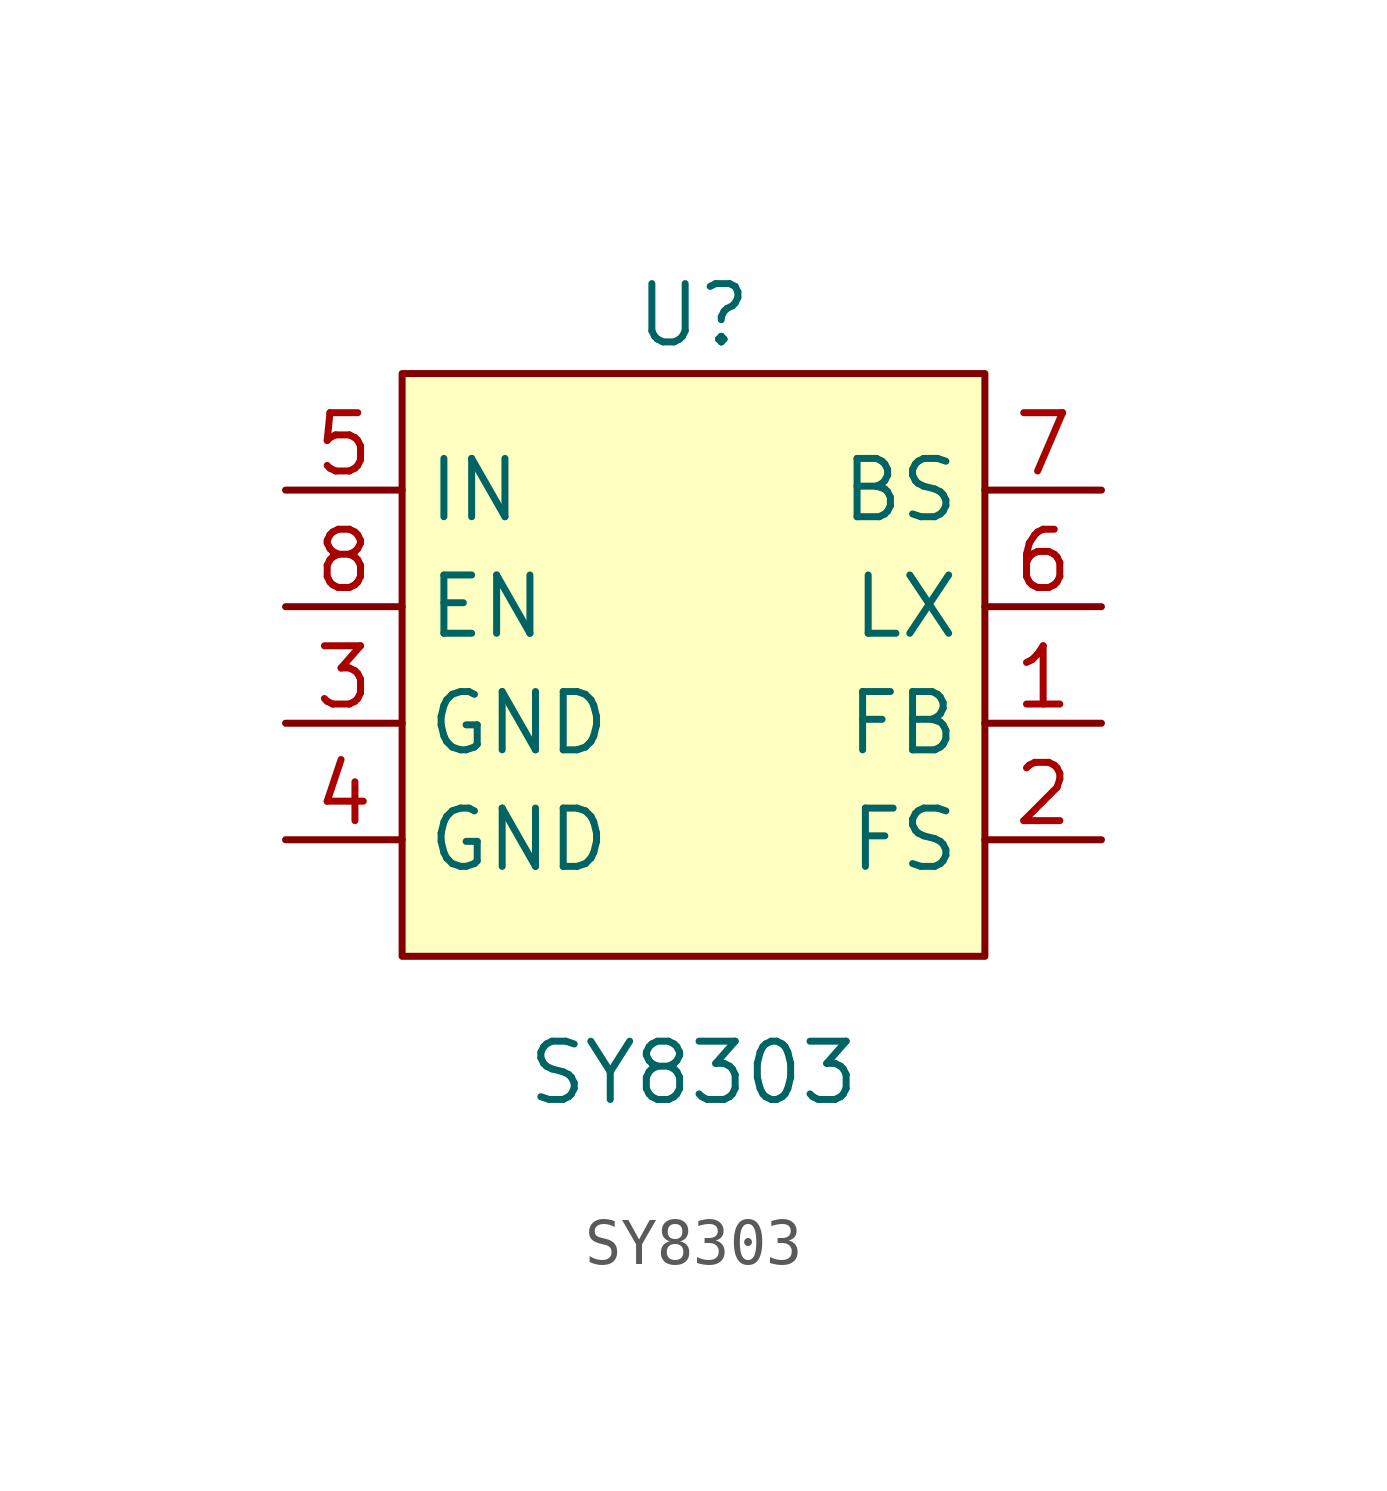
<source format=kicad_sym>
(kicad_symbol_lib
  (version 20220914)
  (generator kicad_symbol_editor)
  (symbol "SY8303"
    (property "Reference" "U"
      (at 0 8.89 0)
      (effects (font (size 1.27 1.27))))
    (property "Value" "SY8303"
      (at 0 -7.62 0)
      (effects (font (size 1.27 1.27))))
    (symbol "SY8303_1_1"
      (rectangle (start -6.35 7.62) (end 6.35 -5.08) (stroke (width 0) (type default)) (fill (type background)))
      (pin input line (at 8.89 0 180) (length 2.54) (name "FB" (effects (font (size 1.27 1.27)))) (number "1" (effects (font (size 1.27 1.27)))))
      (pin input line (at 8.89 -2.54 180) (length 2.54) (name "FS" (effects (font (size 1.27 1.27)))) (number "2" (effects (font (size 1.27 1.27)))))
      (pin input line (at -8.89 0 0) (length 2.54) (name "GND" (effects (font (size 1.27 1.27)))) (number "3" (effects (font (size 1.27 1.27)))))
      (pin input line (at -8.89 -2.54 0) (length 2.54) (name "GND" (effects (font (size 1.27 1.27)))) (number "4" (effects (font (size 1.27 1.27)))))
      (pin input line (at -8.89 5.08 0) (length 2.54) (name "IN" (effects (font (size 1.27 1.27)))) (number "5" (effects (font (size 1.27 1.27)))))
      (pin input line (at 8.89 2.54 180) (length 2.54) (name "LX" (effects (font (size 1.27 1.27)))) (number "6" (effects (font (size 1.27 1.27)))))
      (pin input line (at 8.89 5.08 180) (length 2.54) (name "BS" (effects (font (size 1.27 1.27)))) (number "7" (effects (font (size 1.27 1.27)))))
      (pin input line (at -8.89 2.54 0) (length 2.54) (name "EN" (effects (font (size 1.27 1.27)))) (number "8" (effects (font (size 1.27 1.27))))))))
</source>
